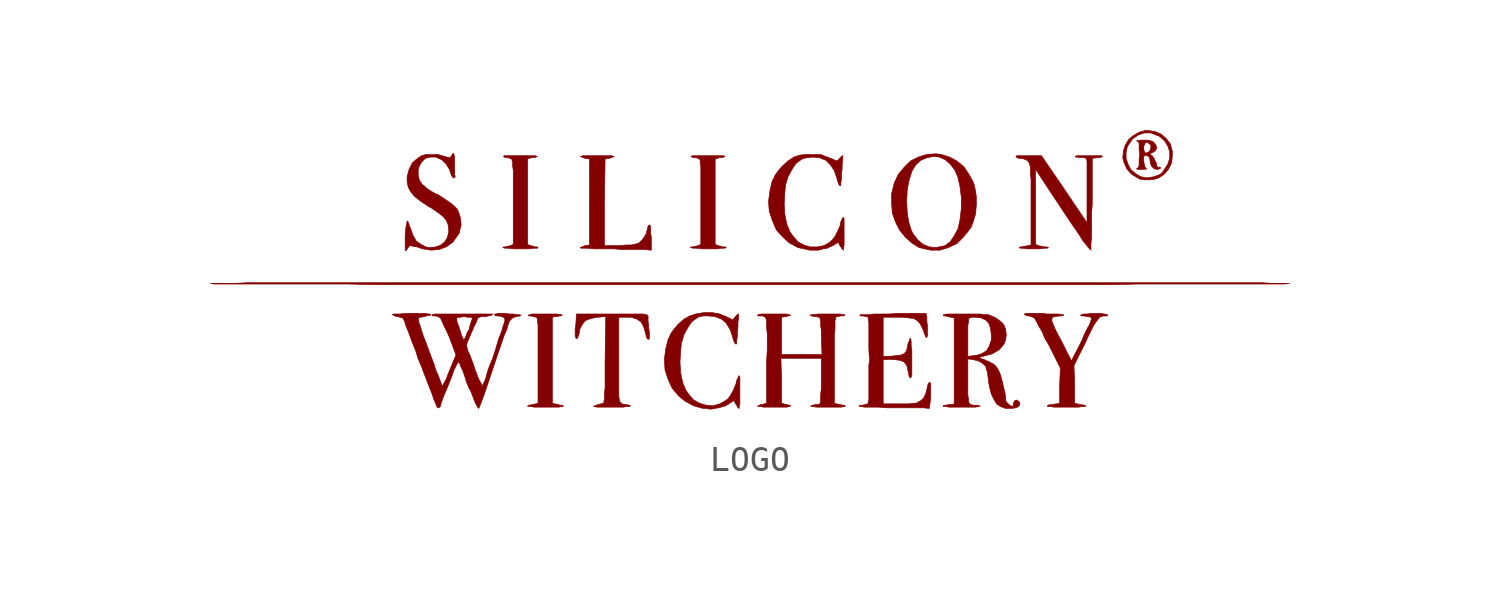
<source format=kicad_sym>
(kicad_symbol_lib
  (version 20211014)
  (generator kicad_symbol_editor)
  (symbol "LOGO"
    (pin_names
      (offset 1.016))
    (property "Reference" "#G"
      (at 0 -5.156 0)
      (effects (font (size 1.524 1.524)) hide))
    (symbol "LOGO_0_0"
      (polyline (pts (xy 15.088 -0.102) (xy 20.777 -0.102) (xy 21.006 -0.076) (xy 20.345 -0.076) (xy 19.939 -0.051) (xy -19.66 -0.051) (xy -20.117 -0.076) (xy -21.082 -0.076) (xy -20.93 -0.102) (xy -15.672 -0.102) (xy -14.681 -0.127) (xy 14.021 -0.127) (xy 15.088 -0.102)) (stroke (width 0.025) (type default) (color 0 0 0 0)) (fill (type outline)))
      (polyline (pts (xy -7.366 -4.877) (xy -7.315 -4.877) (xy -7.341 -4.826) (xy -7.442 -4.826) (xy -7.518 -4.801) (xy -7.645 -4.775) (xy -7.747 -4.75) (xy -7.747 -1.397) (xy -7.645 -1.372) (xy -7.595 -1.372) (xy -7.468 -1.346) (xy -7.417 -1.346) (xy -7.366 -1.321) (xy -7.366 -1.295) (xy -7.417 -1.295) (xy -7.569 -1.27) (xy -8.534 -1.27) (xy -8.636 -1.295) (xy -8.687 -1.321) (xy -8.661 -1.346) (xy -8.585 -1.346) (xy -8.382 -1.397) (xy -8.331 -1.448) (xy -8.331 -1.575) (xy -8.306 -1.676) (xy -8.306 -4.75) (xy -8.509 -4.801) (xy -8.636 -4.826) (xy -8.687 -4.826) (xy -8.712 -4.877) (xy -8.611 -4.877) (xy -8.458 -4.902) (xy -7.493 -4.902) (xy -7.366 -4.877)) (stroke (width 0.025) (type default) (color 0 0 0 0)) (fill (type outline)))
      (polyline (pts (xy -8.458 1.295) (xy -8.331 1.295) (xy -8.306 1.321) (xy -8.331 1.346) (xy -8.407 1.346) (xy -8.484 1.372) (xy -8.611 1.397) (xy -8.712 1.448) (xy -8.712 4.775) (xy -8.56 4.826) (xy -8.433 4.826) (xy -8.331 4.877) (xy -8.357 4.877) (xy -8.407 4.902) (xy -9.627 4.902) (xy -9.652 4.877) (xy -9.627 4.851) (xy -9.55 4.826) (xy -9.474 4.826) (xy -9.347 4.775) (xy -9.322 4.775) (xy -9.322 4.724) (xy -9.296 4.674) (xy -9.296 4.496) (xy -9.271 4.343) (xy -9.271 1.448) (xy -9.373 1.397) (xy -9.474 1.372) (xy -9.601 1.346) (xy -9.652 1.346) (xy -9.677 1.321) (xy -9.601 1.295) (xy -9.449 1.295) (xy -9.246 1.27) (xy -8.661 1.27) (xy -8.458 1.295)) (stroke (width 0.025) (type default) (color 0 0 0 0)) (fill (type outline)))
      (polyline (pts (xy -1.143 1.295) (xy -1.016 1.295) (xy -0.965 1.321) (xy -0.991 1.346) (xy -1.092 1.346) (xy -1.168 1.372) (xy -1.295 1.397) (xy -1.397 1.448) (xy -1.397 4.775) (xy -1.295 4.801) (xy -1.245 4.826) (xy -1.118 4.826) (xy -1.016 4.877) (xy -1.067 4.902) (xy -2.286 4.902) (xy -2.337 4.877) (xy -2.311 4.851) (xy -2.235 4.826) (xy -2.134 4.826) (xy -2.032 4.775) (xy -2.007 4.775) (xy -1.981 4.724) (xy -1.981 4.597) (xy -1.956 4.496) (xy -1.956 1.448) (xy -2.057 1.397) (xy -2.159 1.372) (xy -2.286 1.346) (xy -2.337 1.346) (xy -2.362 1.321) (xy -2.337 1.321) (xy -2.261 1.295) (xy -2.108 1.295) (xy -1.905 1.27) (xy -1.321 1.27) (xy -1.143 1.295)) (stroke (width 0.025) (type default) (color 0 0 0 0)) (fill (type outline)))
      (polyline (pts (xy -3.886 1.727) (xy -3.912 1.88) (xy -3.912 2.134) (xy -3.937 2.184) (xy -3.962 2.21) (xy -4.013 2.159) (xy -4.089 1.854) (xy -4.216 1.651) (xy -4.369 1.499) (xy -4.445 1.473) (xy -4.547 1.448) (xy -4.674 1.422) (xy -4.851 1.422) (xy -5.105 1.397) (xy -5.715 1.397) (xy -5.715 3.073) (xy -5.69 4.775) (xy -5.512 4.801) (xy -5.461 4.826) (xy -5.385 4.851) (xy -5.334 4.877) (xy -5.359 4.877) (xy -5.436 4.902) (xy -6.553 4.902) (xy -6.629 4.877) (xy -6.655 4.877) (xy -6.604 4.851) (xy -6.477 4.801) (xy -6.299 4.775) (xy -6.299 1.422) (xy -6.477 1.397) (xy -6.528 1.372) (xy -6.604 1.346) (xy -6.655 1.321) (xy -6.629 1.295) (xy -6.35 1.295) (xy -6.121 1.27) (xy -5.334 1.27) (xy -5.029 1.245) (xy -4.191 1.245) (xy -3.886 1.219) (xy -3.886 1.727)) (stroke (width 0.025) (type default) (color 0 0 0 0)) (fill (type outline)))
      (polyline (pts (xy 15.748 3.988) (xy 15.9 4.039) (xy 16.104 4.166) (xy 16.281 4.369) (xy 16.408 4.623) (xy 16.434 4.902) (xy 16.434 5.08) (xy 16.358 5.359) (xy 16.205 5.563) (xy 16.002 5.74) (xy 15.773 5.842) (xy 15.469 5.893) (xy 15.392 5.893) (xy 15.138 5.817) (xy 14.91 5.69) (xy 14.732 5.537) (xy 14.605 5.334) (xy 14.529 5.105) (xy 14.503 4.851) (xy 14.503 4.801) (xy 14.63 4.801) (xy 14.63 5.029) (xy 14.681 5.258) (xy 14.884 5.563) (xy 15.113 5.715) (xy 15.342 5.791) (xy 15.596 5.791) (xy 15.85 5.69) (xy 15.926 5.664) (xy 16.129 5.486) (xy 16.256 5.283) (xy 16.332 5.055) (xy 16.332 4.801) (xy 16.256 4.572) (xy 16.104 4.343) (xy 16.078 4.293) (xy 15.977 4.191) (xy 15.875 4.14) (xy 15.85 4.14) (xy 15.748 4.089) (xy 15.596 4.064) (xy 15.418 4.039) (xy 15.189 4.089) (xy 14.986 4.216) (xy 14.808 4.369) (xy 14.707 4.572) (xy 14.63 4.801) (xy 14.503 4.801) (xy 14.554 4.623) (xy 14.656 4.394) (xy 14.834 4.191) (xy 14.91 4.14) (xy 15.164 3.988) (xy 15.342 3.962) (xy 15.545 3.962) (xy 15.748 3.988)) (stroke (width 0.025) (type default) (color 0 0 0 0)) (fill (type outline)))
      (polyline (pts (xy -4.826 -4.877) (xy -4.724 -4.877) (xy -4.699 -4.851) (xy -4.75 -4.826) (xy -4.877 -4.801) (xy -4.928 -4.801) (xy -5.029 -4.775) (xy -5.131 -4.674) (xy -5.131 -4.597) (xy -5.156 -4.496) (xy -5.156 -1.397) (xy -4.674 -1.397) (xy -4.445 -1.473) (xy -4.293 -1.575) (xy -4.191 -1.753) (xy -4.115 -2.007) (xy -4.064 -2.21) (xy -4.013 -2.261) (xy -3.962 -2.235) (xy -3.962 -1.981) (xy -3.988 -1.803) (xy -3.988 -1.727) (xy -4.013 -1.549) (xy -4.013 -1.346) (xy -4.064 -1.295) (xy -4.115 -1.295) (xy -4.191 -1.27) (xy -6.807 -1.27) (xy -6.833 -1.702) (xy -6.858 -1.854) (xy -6.858 -2.134) (xy -6.833 -2.184) (xy -6.833 -2.21) (xy -6.782 -2.235) (xy -6.756 -2.184) (xy -6.706 -2.057) (xy -6.68 -1.88) (xy -6.579 -1.676) (xy -6.452 -1.524) (xy -6.248 -1.448) (xy -5.994 -1.397) (xy -5.664 -1.372) (xy -5.69 -3.048) (xy -5.69 -4.14) (xy -5.715 -4.394) (xy -5.715 -4.572) (xy -5.74 -4.699) (xy -5.74 -4.75) (xy -5.766 -4.75) (xy -5.842 -4.775) (xy -5.969 -4.801) (xy -6.02 -4.826) (xy -6.096 -4.851) (xy -6.147 -4.877) (xy -6.121 -4.877) (xy -6.02 -4.902) (xy -4.978 -4.902) (xy -4.826 -4.877)) (stroke (width 0.025) (type default) (color 0 0 0 0)) (fill (type outline)))
      (polyline (pts (xy 13.259 1.473) (xy 13.284 1.702) (xy 13.284 2.642) (xy 13.31 3.023) (xy 13.31 4.801) (xy 13.513 4.826) (xy 13.589 4.826) (xy 13.665 4.851) (xy 13.716 4.877) (xy 13.665 4.902) (xy 12.7 4.902) (xy 12.649 4.877) (xy 12.649 4.851) (xy 12.725 4.851) (xy 12.827 4.826) (xy 13.005 4.826) (xy 13.056 4.801) (xy 13.081 4.775) (xy 13.106 4.699) (xy 13.106 2.286) (xy 12.217 3.607) (xy 11.328 4.902) (xy 10.363 4.902) (xy 10.338 4.877) (xy 10.338 4.851) (xy 10.439 4.801) (xy 10.566 4.801) (xy 10.643 4.775) (xy 10.77 4.724) (xy 10.846 4.623) (xy 10.871 4.597) (xy 10.871 4.547) (xy 10.897 4.47) (xy 10.897 4.191) (xy 10.922 3.988) (xy 10.922 1.422) (xy 10.541 1.346) (xy 10.49 1.346) (xy 10.465 1.321) (xy 10.49 1.295) (xy 10.592 1.295) (xy 10.77 1.27) (xy 11.252 1.27) (xy 11.43 1.295) (xy 11.557 1.295) (xy 11.608 1.321) (xy 11.582 1.321) (xy 11.557 1.346) (xy 11.455 1.346) (xy 11.201 1.397) (xy 11.1 1.448) (xy 11.1 4.369) (xy 12.04 2.946) (xy 12.497 2.261) (xy 12.675 2.007) (xy 12.827 1.778) (xy 12.954 1.575) (xy 13.056 1.448) (xy 13.106 1.397) (xy 13.132 1.346) (xy 13.259 1.219) (xy 13.259 1.473)) (stroke (width 0.025) (type default) (color 0 0 0 0)) (fill (type outline)))
      (polyline (pts (xy 15.443 4.394) (xy 15.418 4.394) (xy 15.367 4.47) (xy 15.342 4.547) (xy 15.316 4.724) (xy 15.316 4.851) (xy 15.342 4.902) (xy 15.469 4.902) (xy 15.545 4.826) (xy 15.57 4.674) (xy 15.57 4.648) (xy 15.621 4.496) (xy 15.723 4.394) (xy 15.85 4.369) (xy 15.951 4.394) (xy 15.977 4.42) (xy 15.951 4.47) (xy 15.926 4.445) (xy 15.9 4.445) (xy 15.9 4.42) (xy 15.875 4.445) (xy 15.824 4.521) (xy 15.799 4.648) (xy 15.773 4.674) (xy 15.723 4.801) (xy 15.646 4.902) (xy 15.545 4.978) (xy 15.672 5.029) (xy 15.748 5.08) (xy 15.824 5.182) (xy 15.799 5.309) (xy 15.723 5.41) (xy 15.672 5.461) (xy 15.469 5.512) (xy 15.189 5.512) (xy 15.062 5.486) (xy 15.037 5.486) (xy 15.062 5.461) (xy 15.088 5.461) (xy 15.113 5.436) (xy 15.138 5.385) (xy 15.138 5.182) (xy 15.316 5.182) (xy 15.316 5.258) (xy 15.367 5.385) (xy 15.418 5.436) (xy 15.519 5.385) (xy 15.596 5.309) (xy 15.596 5.207) (xy 15.545 5.08) (xy 15.469 5.029) (xy 15.392 5.004) (xy 15.342 5.055) (xy 15.316 5.182) (xy 15.138 5.182) (xy 15.138 5.156) (xy 15.164 4.928) (xy 15.138 4.801) (xy 15.138 4.521) (xy 15.088 4.42) (xy 15.062 4.42) (xy 15.037 4.394) (xy 15.088 4.369) (xy 15.367 4.369) (xy 15.443 4.394)) (stroke (width 0.025) (type default) (color 0 0 0 0)) (fill (type outline)))
      (polyline (pts (xy 7.696 1.321) (xy 8.026 1.473) (xy 8.28 1.727) (xy 8.407 1.88) (xy 8.509 2.007) (xy 8.585 2.108) (xy 8.661 2.311) (xy 8.763 2.642) (xy 8.788 2.972) (xy 8.788 3.327) (xy 8.738 3.632) (xy 8.687 3.835) (xy 8.509 4.166) (xy 8.306 4.47) (xy 8.026 4.699) (xy 7.747 4.851) (xy 7.417 4.953) (xy 7.214 4.978) (xy 6.858 4.953) (xy 6.528 4.851) (xy 6.223 4.699) (xy 5.969 4.445) (xy 5.74 4.166) (xy 5.588 3.835) (xy 5.486 3.429) (xy 5.486 3.124) (xy 6.071 3.124) (xy 6.096 3.581) (xy 6.172 3.962) (xy 6.274 4.293) (xy 6.426 4.547) (xy 6.629 4.724) (xy 6.858 4.826) (xy 7.137 4.877) (xy 7.341 4.851) (xy 7.569 4.75) (xy 7.772 4.572) (xy 7.95 4.343) (xy 8.077 4.039) (xy 8.153 3.683) (xy 8.204 3.277) (xy 8.204 2.845) (xy 8.153 2.413) (xy 8.077 2.057) (xy 7.925 1.778) (xy 7.772 1.549) (xy 7.569 1.397) (xy 7.468 1.372) (xy 7.214 1.321) (xy 6.96 1.346) (xy 6.706 1.448) (xy 6.502 1.626) (xy 6.325 1.854) (xy 6.248 2.007) (xy 6.147 2.337) (xy 6.096 2.692) (xy 6.071 3.124) (xy 5.486 3.124) (xy 5.486 3.048) (xy 5.512 2.667) (xy 5.639 2.311) (xy 5.791 2.007) (xy 6.02 1.727) (xy 6.274 1.499) (xy 6.553 1.321) (xy 6.883 1.245) (xy 7.01 1.219) (xy 7.366 1.219) (xy 7.696 1.321)) (stroke (width 0.025) (type default) (color 0 0 0 0)) (fill (type outline)))
      (polyline (pts (xy 12.954 -4.877) (xy 13.056 -4.877) (xy 13.056 -4.851) (xy 13.005 -4.826) (xy 12.852 -4.801) (xy 12.624 -4.75) (xy 12.624 -4.013) (xy 12.598 -3.277) (xy 13.056 -2.362) (xy 13.132 -2.184) (xy 13.36 -1.727) (xy 13.462 -1.575) (xy 13.538 -1.473) (xy 13.589 -1.397) (xy 13.741 -1.346) (xy 13.894 -1.346) (xy 13.919 -1.321) (xy 13.894 -1.295) (xy 13.792 -1.27) (xy 13.767 -1.27) (xy 13.614 -1.245) (xy 13.284 -1.245) (xy 13.106 -1.27) (xy 12.979 -1.27) (xy 12.878 -1.295) (xy 12.852 -1.321) (xy 12.903 -1.346) (xy 12.979 -1.346) (xy 13.132 -1.372) (xy 13.259 -1.397) (xy 13.284 -1.448) (xy 13.284 -1.473) (xy 13.259 -1.524) (xy 13.208 -1.676) (xy 13.106 -1.854) (xy 13.005 -2.057) (xy 12.903 -2.311) (xy 12.497 -3.099) (xy 12.09 -2.286) (xy 11.963 -2.057) (xy 11.862 -1.854) (xy 11.786 -1.676) (xy 11.735 -1.549) (xy 11.735 -1.473) (xy 11.76 -1.397) (xy 11.862 -1.372) (xy 12.04 -1.346) (xy 12.141 -1.346) (xy 12.192 -1.321) (xy 12.192 -1.295) (xy 12.116 -1.295) (xy 11.989 -1.27) (xy 11.532 -1.27) (xy 11.405 -1.245) (xy 10.744 -1.245) (xy 10.668 -1.27) (xy 10.668 -1.295) (xy 10.719 -1.321) (xy 10.82 -1.346) (xy 10.846 -1.346) (xy 10.998 -1.397) (xy 11.074 -1.448) (xy 11.227 -1.753) (xy 11.354 -1.956) (xy 11.455 -2.21) (xy 11.608 -2.464) (xy 12.065 -3.378) (xy 12.04 -4.064) (xy 12.04 -4.75) (xy 11.938 -4.775) (xy 11.913 -4.775) (xy 11.709 -4.801) (xy 11.582 -4.826) (xy 11.557 -4.877) (xy 11.659 -4.877) (xy 11.811 -4.902) (xy 12.776 -4.902) (xy 12.954 -4.877)) (stroke (width 0.025) (type default) (color 0 0 0 0)) (fill (type outline)))
      (polyline (pts (xy 1.524 -4.877) (xy 1.549 -4.851) (xy 1.499 -4.826) (xy 1.372 -4.801) (xy 1.194 -4.75) (xy 1.194 -3.886) (xy 1.168 -2.997) (xy 2.743 -2.997) (xy 2.743 -4.191) (xy 2.718 -4.42) (xy 2.718 -4.699) (xy 2.692 -4.75) (xy 2.692 -4.775) (xy 2.616 -4.801) (xy 2.489 -4.801) (xy 2.337 -4.851) (xy 2.337 -4.877) (xy 2.388 -4.877) (xy 2.54 -4.902) (xy 3.531 -4.902) (xy 3.632 -4.877) (xy 3.683 -4.877) (xy 3.658 -4.826) (xy 3.581 -4.826) (xy 3.48 -4.801) (xy 3.353 -4.775) (xy 3.251 -4.75) (xy 3.251 -2.134) (xy 3.277 -1.854) (xy 3.277 -1.524) (xy 3.302 -1.448) (xy 3.302 -1.397) (xy 3.378 -1.372) (xy 3.505 -1.346) (xy 3.607 -1.346) (xy 3.658 -1.321) (xy 3.658 -1.295) (xy 3.607 -1.295) (xy 3.48 -1.27) (xy 2.616 -1.27) (xy 2.438 -1.295) (xy 2.337 -1.295) (xy 2.311 -1.321) (xy 2.362 -1.346) (xy 2.489 -1.372) (xy 2.54 -1.372) (xy 2.642 -1.397) (xy 2.692 -1.422) (xy 2.692 -1.448) (xy 2.718 -1.549) (xy 2.718 -1.702) (xy 2.743 -1.905) (xy 2.743 -2.134) (xy 2.769 -2.845) (xy 1.194 -2.845) (xy 1.194 -1.397) (xy 1.372 -1.372) (xy 1.448 -1.346) (xy 1.549 -1.321) (xy 1.499 -1.295) (xy 1.372 -1.27) (xy 0.406 -1.27) (xy 0.279 -1.295) (xy 0.254 -1.321) (xy 0.279 -1.346) (xy 0.457 -1.346) (xy 0.559 -1.397) (xy 0.584 -1.448) (xy 0.61 -1.524) (xy 0.61 -1.803) (xy 0.635 -2.032) (xy 0.635 -2.667) (xy 0.61 -3.099) (xy 0.61 -4.75) (xy 0.432 -4.801) (xy 0.381 -4.801) (xy 0.279 -4.851) (xy 0.254 -4.877) (xy 0.356 -4.877) (xy 0.483 -4.902) (xy 1.397 -4.902) (xy 1.524 -4.877)) (stroke (width 0.025) (type default) (color 0 0 0 0)) (fill (type outline)))
      (polyline (pts (xy 2.819 1.27) (xy 2.972 1.295) (xy 3.073 1.346) (xy 3.2 1.397) (xy 3.353 1.499) (xy 3.404 1.524) (xy 3.48 1.372) (xy 3.505 1.346) (xy 3.556 1.27) (xy 3.607 1.219) (xy 3.607 1.295) (xy 3.632 1.422) (xy 3.632 2.464) (xy 3.607 2.489) (xy 3.581 2.489) (xy 3.505 2.337) (xy 3.48 2.184) (xy 3.378 1.956) (xy 3.277 1.753) (xy 3.175 1.626) (xy 3.073 1.524) (xy 2.845 1.397) (xy 2.591 1.346) (xy 2.311 1.346) (xy 2.057 1.422) (xy 1.829 1.549) (xy 1.651 1.753) (xy 1.524 1.93) (xy 1.397 2.235) (xy 1.321 2.616) (xy 1.295 3.023) (xy 1.321 3.454) (xy 1.346 3.759) (xy 1.448 4.089) (xy 1.6 4.369) (xy 1.753 4.597) (xy 1.956 4.75) (xy 2.057 4.801) (xy 2.21 4.826) (xy 2.413 4.851) (xy 2.667 4.826) (xy 2.921 4.724) (xy 3.099 4.547) (xy 3.251 4.318) (xy 3.353 4.013) (xy 3.378 3.912) (xy 3.429 3.785) (xy 3.454 3.734) (xy 3.505 3.734) (xy 3.505 3.861) (xy 3.531 3.988) (xy 3.531 4.191) (xy 3.556 4.394) (xy 3.556 4.572) (xy 3.581 4.75) (xy 3.581 4.902) (xy 3.556 4.902) (xy 3.353 4.699) (xy 3.048 4.826) (xy 3.023 4.826) (xy 2.845 4.902) (xy 2.718 4.953) (xy 2.21 4.953) (xy 1.905 4.928) (xy 1.676 4.851) (xy 1.448 4.699) (xy 1.219 4.496) (xy 1.067 4.318) (xy 0.94 4.14) (xy 0.864 3.962) (xy 0.838 3.962) (xy 0.737 3.531) (xy 0.686 3.124) (xy 0.711 2.743) (xy 0.838 2.362) (xy 0.991 2.007) (xy 1.245 1.727) (xy 1.499 1.499) (xy 1.829 1.321) (xy 2.184 1.245) (xy 2.286 1.219) (xy 2.642 1.219) (xy 2.819 1.27)) (stroke (width 0.025) (type default) (color 0 0 0 0)) (fill (type outline)))
      (polyline (pts (xy -1.422 -4.953) (xy -1.245 -4.928) (xy -1.092 -4.877) (xy -0.991 -4.851) (xy -0.864 -4.775) (xy -0.711 -4.674) (xy -0.66 -4.648) (xy -0.584 -4.801) (xy -0.559 -4.826) (xy -0.508 -4.928) (xy -0.457 -4.953) (xy -0.457 -4.877) (xy -0.432 -4.75) (xy -0.432 -3.734) (xy -0.457 -3.683) (xy -0.483 -3.683) (xy -0.508 -3.759) (xy -0.559 -3.861) (xy -0.584 -3.988) (xy -0.686 -4.242) (xy -0.787 -4.42) (xy -0.889 -4.572) (xy -0.991 -4.648) (xy -1.219 -4.775) (xy -1.473 -4.851) (xy -1.753 -4.826) (xy -2.007 -4.75) (xy -2.235 -4.623) (xy -2.413 -4.42) (xy -2.54 -4.242) (xy -2.667 -3.937) (xy -2.743 -3.556) (xy -2.769 -3.15) (xy -2.743 -2.718) (xy -2.718 -2.438) (xy -2.616 -2.083) (xy -2.464 -1.803) (xy -2.311 -1.575) (xy -2.108 -1.422) (xy -2.007 -1.372) (xy -1.854 -1.346) (xy -1.651 -1.346) (xy -1.397 -1.372) (xy -1.143 -1.473) (xy -0.965 -1.626) (xy -0.813 -1.88) (xy -0.711 -2.184) (xy -0.686 -2.286) (xy -0.61 -2.438) (xy -0.559 -2.438) (xy -0.559 -2.311) (xy -0.533 -2.184) (xy -0.533 -2.007) (xy -0.508 -1.803) (xy -0.508 -1.6) (xy -0.483 -1.422) (xy -0.483 -1.27) (xy -0.508 -1.27) (xy -0.61 -1.372) (xy -0.711 -1.499) (xy -1.016 -1.346) (xy -1.041 -1.346) (xy -1.219 -1.27) (xy -1.346 -1.245) (xy -1.499 -1.219) (xy -1.854 -1.219) (xy -2.159 -1.27) (xy -2.388 -1.346) (xy -2.616 -1.473) (xy -2.845 -1.676) (xy -2.997 -1.854) (xy -3.124 -2.032) (xy -3.2 -2.21) (xy -3.226 -2.235) (xy -3.327 -2.642) (xy -3.378 -3.048) (xy -3.353 -3.454) (xy -3.226 -3.835) (xy -3.073 -4.166) (xy -2.819 -4.47) (xy -2.565 -4.674) (xy -2.235 -4.851) (xy -1.88 -4.953) (xy -1.778 -4.953) (xy -1.626 -4.978) (xy -1.524 -4.978) (xy -1.422 -4.953)) (stroke (width 0.025) (type default) (color 0 0 0 0)) (fill (type outline)))
      (polyline (pts (xy -13.437 1.219) (xy -13.335 1.372) (xy -13.284 1.397) (xy -13.183 1.372) (xy -13.03 1.346) (xy -12.802 1.27) (xy -12.471 1.219) (xy -12.167 1.245) (xy -11.887 1.346) (xy -11.811 1.397) (xy -11.633 1.524) (xy -11.379 1.88) (xy -11.354 2.007) (xy -11.303 2.21) (xy -11.328 2.464) (xy -11.379 2.642) (xy -11.455 2.819) (xy -11.633 2.997) (xy -11.887 3.175) (xy -12.192 3.378) (xy -12.319 3.429) (xy -12.497 3.531) (xy -12.649 3.632) (xy -12.751 3.734) (xy -12.802 3.759) (xy -12.929 3.937) (xy -12.979 4.14) (xy -12.979 4.343) (xy -12.929 4.521) (xy -12.827 4.674) (xy -12.7 4.801) (xy -12.497 4.851) (xy -12.294 4.851) (xy -12.243 4.826) (xy -12.065 4.75) (xy -11.887 4.572) (xy -11.76 4.369) (xy -11.684 4.14) (xy -11.659 4.089) (xy -11.608 4.039) (xy -11.557 4.039) (xy -11.532 4.115) (xy -11.557 4.14) (xy -11.557 4.826) (xy -11.582 4.953) (xy -11.608 5.004) (xy -11.633 4.978) (xy -11.684 4.902) (xy -11.684 4.877) (xy -11.76 4.826) (xy -11.862 4.851) (xy -12.217 4.953) (xy -12.675 4.953) (xy -12.852 4.902) (xy -13.005 4.801) (xy -13.208 4.623) (xy -13.335 4.369) (xy -13.411 4.089) (xy -13.411 3.861) (xy -13.36 3.658) (xy -13.259 3.48) (xy -13.106 3.302) (xy -12.878 3.124) (xy -12.573 2.921) (xy -12.471 2.87) (xy -12.217 2.692) (xy -12.014 2.54) (xy -11.887 2.388) (xy -11.811 2.21) (xy -11.786 1.956) (xy -11.836 1.727) (xy -11.938 1.549) (xy -12.09 1.422) (xy -12.294 1.346) (xy -12.548 1.321) (xy -12.675 1.346) (xy -12.878 1.448) (xy -13.056 1.575) (xy -13.183 1.803) (xy -13.284 2.083) (xy -13.31 2.134) (xy -13.386 2.362) (xy -13.411 2.337) (xy -13.437 2.235) (xy -13.462 2.083) (xy -13.487 1.803) (xy -13.487 1.219) (xy -13.462 1.194) (xy -13.437 1.219)) (stroke (width 0.025) (type default) (color 0 0 0 0)) (fill (type outline)))
      (polyline (pts (xy 7.01 -4.496) (xy 7.01 -4.013) (xy 6.985 -3.937) (xy 6.934 -3.962) (xy 6.909 -3.988) (xy 6.883 -4.089) (xy 6.858 -4.216) (xy 6.833 -4.318) (xy 6.756 -4.521) (xy 6.629 -4.648) (xy 6.477 -4.724) (xy 6.477 -4.75) (xy 6.35 -4.75) (xy 6.172 -4.775) (xy 5.156 -4.775) (xy 5.156 -3.048) (xy 5.563 -3.048) (xy 5.791 -3.073) (xy 5.944 -3.124) (xy 6.02 -3.2) (xy 6.096 -3.327) (xy 6.096 -3.353) (xy 6.121 -3.48) (xy 6.147 -3.581) (xy 6.147 -3.607) (xy 6.172 -3.708) (xy 6.198 -3.759) (xy 6.248 -3.734) (xy 6.274 -3.658) (xy 6.274 -2.692) (xy 6.248 -2.515) (xy 6.248 -2.337) (xy 6.223 -2.235) (xy 6.223 -2.21) (xy 6.198 -2.235) (xy 6.172 -2.311) (xy 6.121 -2.438) (xy 6.071 -2.692) (xy 6.02 -2.769) (xy 5.969 -2.819) (xy 5.842 -2.87) (xy 5.639 -2.896) (xy 5.41 -2.921) (xy 5.156 -2.921) (xy 5.156 -1.397) (xy 5.893 -1.397) (xy 6.147 -1.422) (xy 6.35 -1.448) (xy 6.477 -1.524) (xy 6.579 -1.626) (xy 6.655 -1.753) (xy 6.731 -1.93) (xy 6.782 -2.083) (xy 6.833 -2.184) (xy 6.858 -2.184) (xy 6.883 -2.108) (xy 6.883 -1.727) (xy 6.858 -1.549) (xy 6.858 -1.397) (xy 6.833 -1.295) (xy 6.833 -1.245) (xy 5.74 -1.245) (xy 5.385 -1.27) (xy 4.801 -1.27) (xy 4.572 -1.295) (xy 4.267 -1.295) (xy 4.242 -1.321) (xy 4.267 -1.346) (xy 4.369 -1.346) (xy 4.496 -1.372) (xy 4.572 -1.397) (xy 4.572 -1.473) (xy 4.597 -1.575) (xy 4.597 -2.642) (xy 4.623 -3.099) (xy 4.597 -3.251) (xy 4.597 -4.623) (xy 4.572 -4.699) (xy 4.572 -4.75) (xy 4.547 -4.775) (xy 4.521 -4.775) (xy 4.47 -4.801) (xy 4.343 -4.826) (xy 4.267 -4.826) (xy 4.216 -4.851) (xy 4.216 -4.877) (xy 4.267 -4.877) (xy 4.42 -4.902) (xy 4.953 -4.902) (xy 5.309 -4.928) (xy 6.706 -4.928) (xy 6.96 -4.953) (xy 7.01 -4.496)) (stroke (width 0.025) (type default) (color 0 0 0 0)) (fill (type outline)))
      (polyline (pts (xy 10.338 -4.928) (xy 10.439 -4.877) (xy 10.49 -4.801) (xy 10.465 -4.699) (xy 10.439 -4.674) (xy 10.363 -4.623) (xy 10.287 -4.648) (xy 10.236 -4.75) (xy 10.236 -4.826) (xy 10.185 -4.877) (xy 10.135 -4.851) (xy 10.058 -4.801) (xy 9.982 -4.724) (xy 9.931 -4.648) (xy 9.931 -4.496) (xy 9.906 -4.343) (xy 9.855 -4.14) (xy 9.804 -3.912) (xy 9.728 -3.632) (xy 9.627 -3.404) (xy 9.5 -3.251) (xy 9.322 -3.15) (xy 9.093 -3.048) (xy 8.865 -2.972) (xy 9.423 -2.819) (xy 9.677 -2.667) (xy 9.855 -2.464) (xy 9.931 -2.286) (xy 9.957 -2.083) (xy 9.931 -1.854) (xy 9.855 -1.676) (xy 9.754 -1.575) (xy 9.55 -1.422) (xy 9.322 -1.321) (xy 9.246 -1.295) (xy 9.119 -1.295) (xy 8.941 -1.27) (xy 7.645 -1.27) (xy 7.518 -1.295) (xy 7.493 -1.321) (xy 7.518 -1.346) (xy 7.595 -1.346) (xy 7.671 -1.372) (xy 7.925 -1.422) (xy 7.925 -1.727) (xy 8.458 -1.727) (xy 8.484 -1.575) (xy 8.484 -1.473) (xy 8.534 -1.422) (xy 8.585 -1.397) (xy 8.788 -1.397) (xy 8.966 -1.422) (xy 9.144 -1.499) (xy 9.271 -1.626) (xy 9.347 -1.829) (xy 9.373 -2.108) (xy 9.373 -2.286) (xy 9.296 -2.515) (xy 9.195 -2.692) (xy 9.042 -2.794) (xy 8.992 -2.819) (xy 8.839 -2.87) (xy 8.687 -2.896) (xy 8.458 -2.921) (xy 8.458 -1.727) (xy 7.925 -1.727) (xy 7.925 -4.775) (xy 7.823 -4.801) (xy 7.722 -4.801) (xy 7.595 -4.826) (xy 7.518 -4.826) (xy 7.493 -4.877) (xy 7.569 -4.877) (xy 7.722 -4.902) (xy 8.763 -4.902) (xy 8.89 -4.877) (xy 8.941 -4.877) (xy 8.915 -4.851) (xy 8.865 -4.826) (xy 8.661 -4.826) (xy 8.585 -4.801) (xy 8.534 -4.775) (xy 8.484 -4.699) (xy 8.484 -4.597) (xy 8.458 -4.42) (xy 8.458 -3.023) (xy 8.661 -3.048) (xy 8.865 -3.099) (xy 9.042 -3.2) (xy 9.169 -3.327) (xy 9.169 -3.404) (xy 9.22 -3.531) (xy 9.271 -3.937) (xy 9.296 -4.089) (xy 9.373 -4.394) (xy 9.474 -4.597) (xy 9.576 -4.775) (xy 9.728 -4.877) (xy 9.931 -4.953) (xy 10.185 -4.953) (xy 10.338 -4.928)) (stroke (width 0.025) (type default) (color 0 0 0 0)) (fill (type outline)))
      (polyline (pts (xy -10.592 -4.902) (xy -10.541 -4.775) (xy -10.465 -4.572) (xy -10.363 -4.293) (xy -9.906 -2.921) (xy -9.703 -2.337) (xy -9.627 -2.108) (xy -9.525 -1.88) (xy -9.474 -1.702) (xy -9.423 -1.549) (xy -9.296 -1.422) (xy -9.169 -1.372) (xy -9.144 -1.372) (xy -9.017 -1.346) (xy -8.966 -1.321) (xy -9.017 -1.295) (xy -9.119 -1.295) (xy -9.271 -1.27) (xy -9.423 -1.27) (xy -9.601 -1.245) (xy -9.881 -1.245) (xy -9.931 -1.27) (xy -9.982 -1.27) (xy -10.008 -1.295) (xy -9.957 -1.346) (xy -9.855 -1.346) (xy -9.728 -1.372) (xy -9.652 -1.397) (xy -9.601 -1.448) (xy -9.601 -1.549) (xy -9.677 -1.778) (xy -9.728 -1.956) (xy -9.83 -2.21) (xy -9.931 -2.54) (xy -9.957 -2.642) (xy -10.084 -3.023) (xy -10.211 -3.327) (xy -10.287 -3.556) (xy -10.338 -3.759) (xy -10.389 -3.886) (xy -10.465 -4.039) (xy -10.465 -4.089) (xy -10.49 -4.089) (xy -10.516 -3.988) (xy -10.592 -3.861) (xy -10.668 -3.683) (xy -10.744 -3.48) (xy -10.82 -3.251) (xy -10.973 -2.845) (xy -11.049 -2.692) (xy -11.074 -2.565) (xy -11.1 -2.515) (xy -11.074 -2.413) (xy -11.024 -2.286) (xy -10.795 -1.753) (xy -10.719 -1.6) (xy -10.668 -1.473) (xy -10.643 -1.422) (xy -10.592 -1.397) (xy -10.49 -1.372) (xy -10.363 -1.372) (xy -10.236 -1.346) (xy -10.135 -1.321) (xy -10.084 -1.295) (xy -10.084 -1.27) (xy -12.319 -1.27) (xy -12.421 -1.295) (xy -12.446 -1.295) (xy -12.421 -1.346) (xy -12.319 -1.346) (xy -12.217 -1.372) (xy -12.116 -1.422) (xy -12.09 -1.473) (xy -11.481 -1.473) (xy -11.455 -1.397) (xy -11.328 -1.397) (xy -11.201 -1.372) (xy -11.049 -1.397) (xy -10.947 -1.397) (xy -10.871 -1.422) (xy -10.871 -1.448) (xy -10.947 -1.676) (xy -10.998 -1.88) (xy -11.074 -2.007) (xy -11.125 -2.159) (xy -11.201 -2.286) (xy -11.252 -2.184) (xy -11.303 -2.057) (xy -11.354 -1.88) (xy -11.379 -1.803) (xy -11.455 -1.6) (xy -11.481 -1.473) (xy -12.09 -1.473) (xy -12.04 -1.575) (xy -11.963 -1.753) (xy -11.862 -1.956) (xy -11.76 -2.184) (xy -11.506 -2.87) (xy -11.76 -3.48) (xy -11.811 -3.607) (xy -11.887 -3.81) (xy -12.04 -4.089) (xy -12.065 -4.013) (xy -12.116 -3.886) (xy -12.192 -3.683) (xy -12.294 -3.454) (xy -12.37 -3.2) (xy -12.471 -2.946) (xy -12.675 -2.388) (xy -12.776 -2.134) (xy -12.852 -1.905) (xy -12.903 -1.727) (xy -12.954 -1.6) (xy -12.954 -1.524) (xy -12.979 -1.473) (xy -12.954 -1.422) (xy -12.878 -1.397) (xy -12.751 -1.372) (xy -12.548 -1.321) (xy -12.497 -1.321) (xy -12.497 -1.295) (xy -12.522 -1.27) (xy -12.573 -1.27) (xy -12.7 -1.245) (xy -13.487 -1.245) (xy -13.691 -1.27) (xy -13.945 -1.27) (xy -13.995 -1.295) (xy -13.97 -1.295) (xy -13.894 -1.346) (xy -13.589 -1.422) (xy -13.538 -1.499) (xy -13.487 -1.626) (xy -13.462 -1.727) (xy -13.386 -1.905) (xy -13.31 -2.108) (xy -13.208 -2.388) (xy -13.081 -2.692) (xy -12.979 -3.023) (xy -12.827 -3.378) (xy -12.802 -3.454) (xy -12.548 -4.115) (xy -12.446 -4.369) (xy -12.37 -4.597) (xy -12.294 -4.775) (xy -12.243 -4.902) (xy -12.217 -4.928) (xy -12.167 -4.928) (xy -12.116 -4.877) (xy -12.116 -4.851) (xy -12.04 -4.623) (xy -11.963 -4.42) (xy -11.862 -4.191) (xy -11.659 -3.683) (xy -11.582 -3.454) (xy -11.43 -3.15) (xy -11.379 -3.15) (xy -11.379 -3.2) (xy -11.354 -3.2) (xy -11.328 -3.302) (xy -11.252 -3.454) (xy -11.176 -3.658) (xy -11.1 -3.912) (xy -10.998 -4.166) (xy -10.947 -4.242) (xy -10.846 -4.496) (xy -10.77 -4.699) (xy -10.693 -4.851) (xy -10.643 -4.928) (xy -10.617 -4.953) (xy -10.592 -4.902)) (stroke (width 0.025) (type default) (color 0 0 0 0)) (fill (type outline))))))
</source>
